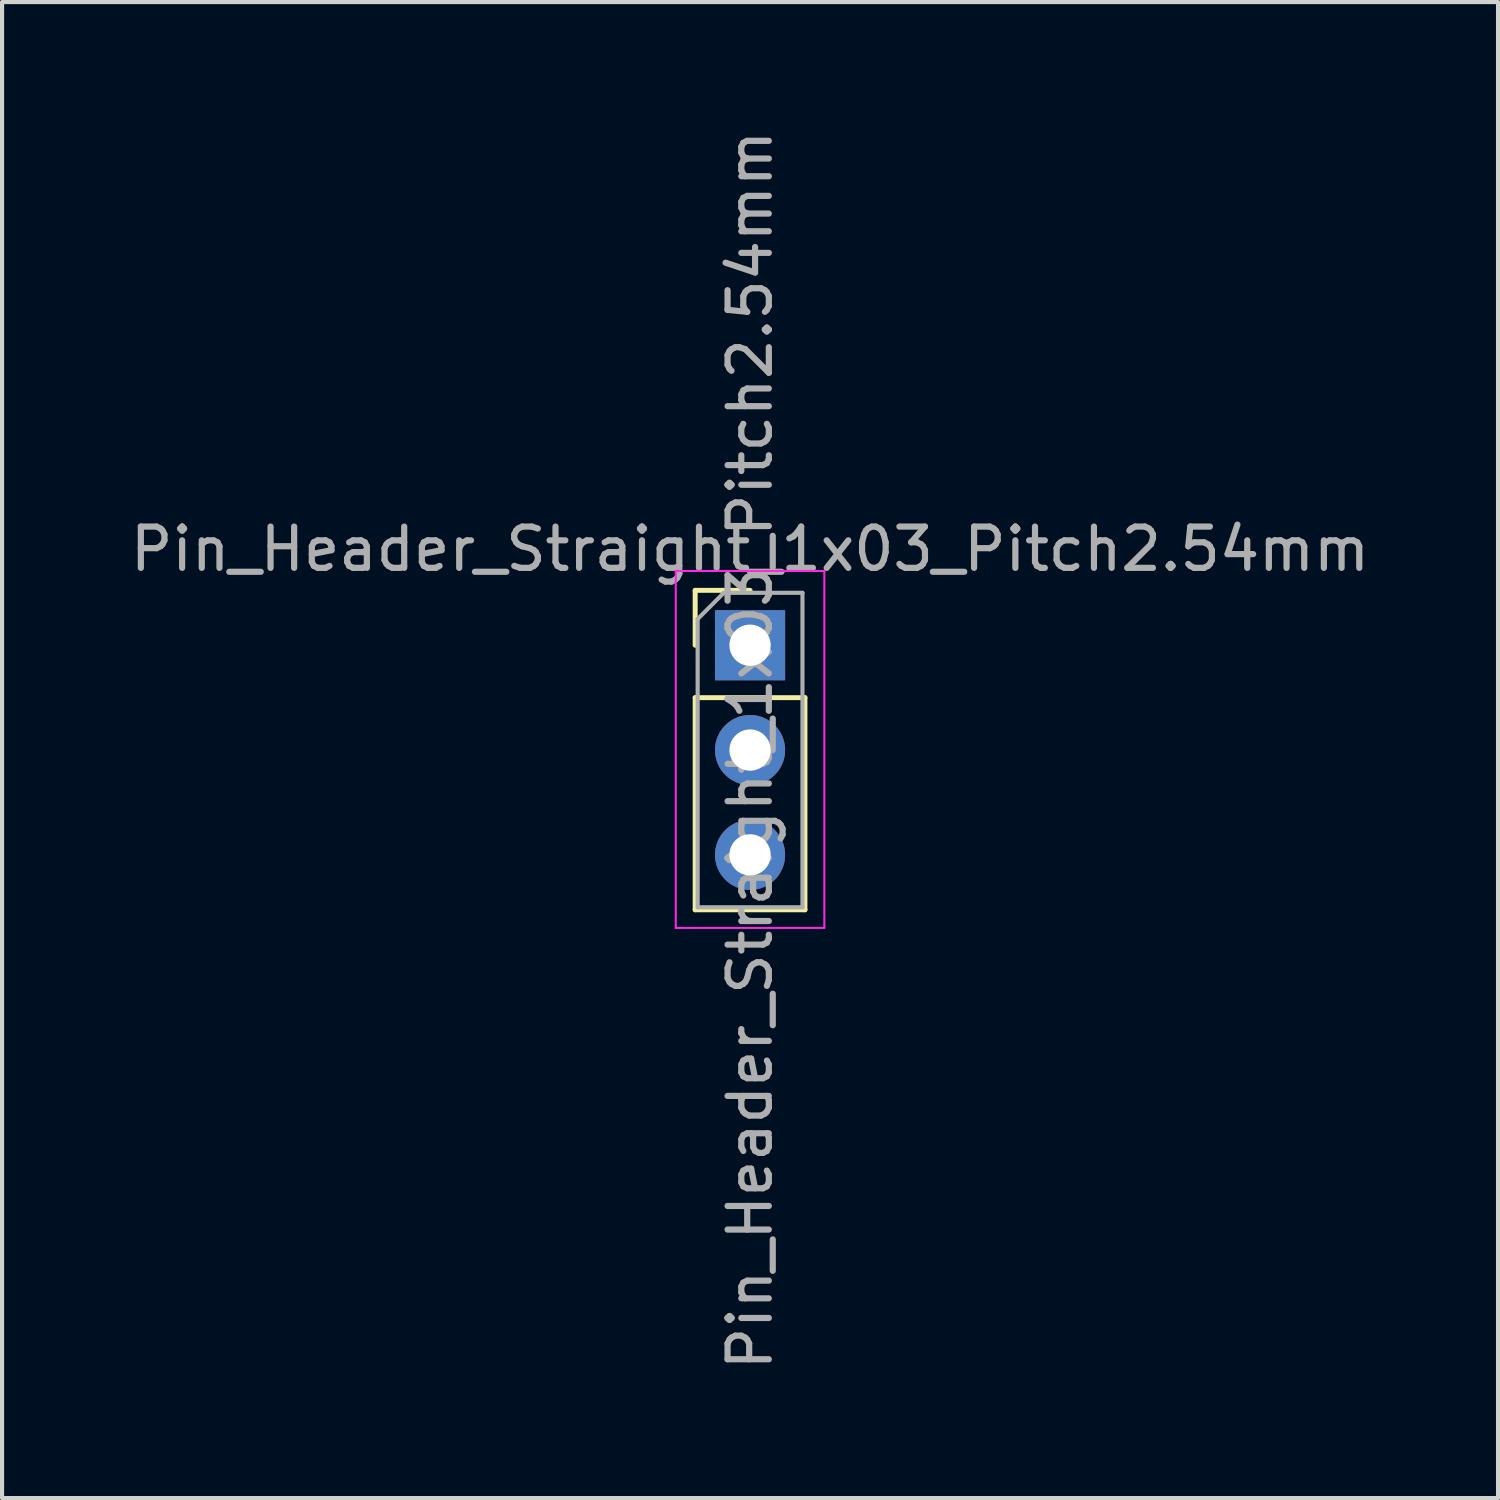
<source format=kicad_pcb>
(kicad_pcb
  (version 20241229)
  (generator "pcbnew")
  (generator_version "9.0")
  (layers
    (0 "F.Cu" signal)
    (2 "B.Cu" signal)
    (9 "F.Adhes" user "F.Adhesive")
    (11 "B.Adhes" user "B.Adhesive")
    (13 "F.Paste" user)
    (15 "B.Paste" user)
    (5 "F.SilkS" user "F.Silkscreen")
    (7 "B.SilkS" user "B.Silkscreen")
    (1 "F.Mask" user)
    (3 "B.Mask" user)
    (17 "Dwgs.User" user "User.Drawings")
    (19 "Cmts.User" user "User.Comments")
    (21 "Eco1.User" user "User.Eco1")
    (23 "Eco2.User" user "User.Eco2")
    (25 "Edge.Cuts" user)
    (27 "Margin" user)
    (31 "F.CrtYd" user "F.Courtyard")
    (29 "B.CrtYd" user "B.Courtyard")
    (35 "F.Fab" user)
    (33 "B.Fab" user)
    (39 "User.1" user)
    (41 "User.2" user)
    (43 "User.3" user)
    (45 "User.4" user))
  (footprint "Pin_Header_Straight_1x03_Pitch2.54mm"
    (layer "F.Cu")
    (at 15.125 12.585)
    (property "Reference" "Pin_Header_Straight_1x03_Pitch2.54mm" (at 0 -2.33 0) (layer "F.Fab") (effects (font (size 1 1) (thickness 0.15))))
    (attr through_hole)
    (fp_line (start -1.33 -1.33) (end 0 -1.33) (stroke (width 0.12) (type solid)) (layer "F.SilkS"))
    (fp_line (start -1.33 0) (end -1.33 -1.33) (stroke (width 0.12) (type solid)) (layer "F.SilkS"))
    (fp_line (start -1.33 1.27) (end -1.33 6.41) (stroke (width 0.12) (type solid)) (layer "F.SilkS"))
    (fp_line (start -1.33 1.27) (end 1.33 1.27) (stroke (width 0.12) (type solid)) (layer "F.SilkS"))
    (fp_line (start -1.33 6.41) (end 1.33 6.41) (stroke (width 0.12) (type solid)) (layer "F.SilkS"))
    (fp_line (start 1.33 1.27) (end 1.33 6.41) (stroke (width 0.12) (type solid)) (layer "F.SilkS"))
    (fp_line (start -1.8 -1.8) (end -1.8 6.85) (stroke (width 0.05) (type solid)) (layer "F.CrtYd"))
    (fp_line (start -1.8 6.85) (end 1.8 6.85) (stroke (width 0.05) (type solid)) (layer "F.CrtYd"))
    (fp_line (start 1.8 -1.8) (end -1.8 -1.8) (stroke (width 0.05) (type solid)) (layer "F.CrtYd"))
    (fp_line (start 1.8 6.85) (end 1.8 -1.8) (stroke (width 0.05) (type solid)) (layer "F.CrtYd"))
    (fp_line (start -1.27 -0.635) (end -0.635 -1.27) (stroke (width 0.1) (type solid)) (layer "F.Fab"))
    (fp_line (start -1.27 6.35) (end -1.27 -0.635) (stroke (width 0.1) (type solid)) (layer "F.Fab"))
    (fp_line (start -0.635 -1.27) (end 1.27 -1.27) (stroke (width 0.1) (type solid)) (layer "F.Fab"))
    (fp_line (start 1.27 -1.27) (end 1.27 6.35) (stroke (width 0.1) (type solid)) (layer "F.Fab"))
    (fp_line (start 1.27 6.35) (end -1.27 6.35) (stroke (width 0.1) (type solid)) (layer "F.Fab"))
    (fp_text user "${REFERENCE}" (at 0 2.54 90) (layer "F.Fab") (effects (font (size 1 1) (thickness 0.15))))
    (pad "1" thru_hole rect (at 0 0) (size 1.7 1.7) (drill 1) (layers "*.Cu" "*.Mask"))
    (pad "2" thru_hole oval (at 0 2.54) (size 1.7 1.7) (drill 1) (layers "*.Cu" "*.Mask"))
    (pad "3" thru_hole oval (at 0 5.08) (size 1.7 1.7) (drill 1) (layers "*.Cu" "*.Mask")))
  (gr_rect
    (start -3 -3)
    (end 33.25 33.25)
    (stroke (width 0.1) (type default))
    (fill no)
    (layer "Edge.Cuts")))
</source>
